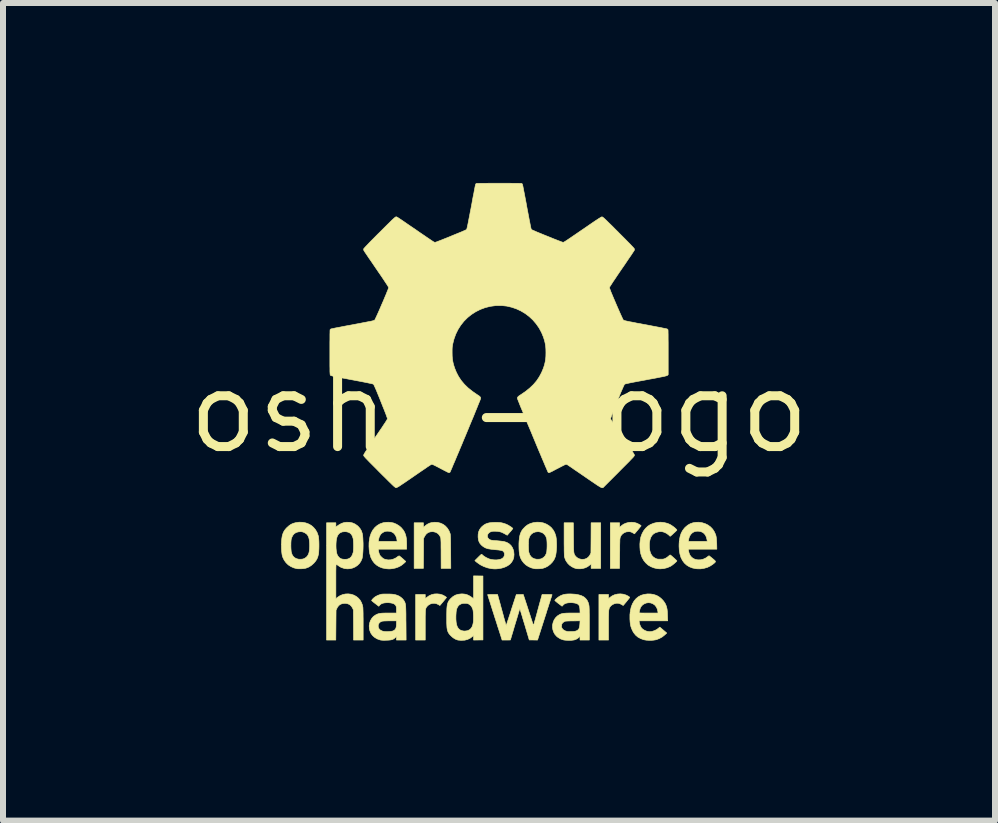
<source format=kicad_pcb>
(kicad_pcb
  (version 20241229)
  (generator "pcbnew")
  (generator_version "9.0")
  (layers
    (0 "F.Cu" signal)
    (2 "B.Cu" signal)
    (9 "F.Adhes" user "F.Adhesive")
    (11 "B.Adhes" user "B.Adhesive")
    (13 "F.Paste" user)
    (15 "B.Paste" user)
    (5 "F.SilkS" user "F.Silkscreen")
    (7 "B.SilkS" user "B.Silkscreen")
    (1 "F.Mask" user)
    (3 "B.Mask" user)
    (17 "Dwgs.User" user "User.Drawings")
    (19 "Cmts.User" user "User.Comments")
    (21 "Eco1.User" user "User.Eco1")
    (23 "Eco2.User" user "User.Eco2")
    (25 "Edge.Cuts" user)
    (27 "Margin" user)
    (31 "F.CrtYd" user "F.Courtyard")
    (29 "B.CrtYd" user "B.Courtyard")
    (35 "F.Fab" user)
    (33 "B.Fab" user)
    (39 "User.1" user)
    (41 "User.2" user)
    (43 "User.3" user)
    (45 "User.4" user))
  (footprint "oshw-logo"
    (layer "F.Cu")
    (at 5.269 3.815)
    (property "Reference" "oshw-logo" (at 0 0 0) (layer "F.SilkS") (effects (font (size 1.27 1.27) (thickness 0.15))))
    (attr through_hole)
    (fp_poly (pts (xy -0.985 3.04) (xy -0.939 3.054) (xy -0.904 3.073) (xy -0.889 3.083) (xy -0.879 3.091) (xy -0.876 3.095) (xy -0.876 3.095) (xy -0.88 3.101) (xy -0.888 3.112) (xy -0.902 3.128) (xy -0.918 3.148) (xy -0.932 3.165) (xy -0.986 3.229) (xy -1.008 3.215) (xy -1.042 3.199) (xy -1.077 3.192) (xy -1.113 3.194) (xy -1.146 3.204) (xy -1.177 3.222) (xy -1.195 3.239) (xy -1.203 3.248) (xy -1.209 3.256) (xy -1.214 3.264) (xy -1.219 3.274) (xy -1.222 3.286) (xy -1.225 3.302) (xy -1.227 3.321) (xy -1.228 3.345) (xy -1.229 3.375) (xy -1.23 3.411) (xy -1.23 3.455) (xy -1.23 3.507) (xy -1.23 3.558) (xy -1.23 3.805) (xy -1.39 3.805) (xy -1.39 3.045) (xy -1.23 3.045) (xy -1.23 3.116) (xy -1.206 3.095) (xy -1.168 3.068) (xy -1.125 3.048) (xy -1.079 3.037) (xy -1.032 3.035) (xy -0.985 3.04)) (stroke (width 0.01) (type solid)) (fill yes) (layer "F.SilkS"))
    (fp_poly (pts (xy 2.07 3.04) (xy 2.116 3.054) (xy 2.15 3.071) (xy 2.164 3.08) (xy 2.175 3.088) (xy 2.178 3.093) (xy 2.176 3.098) (xy 2.168 3.11) (xy 2.155 3.126) (xy 2.139 3.146) (xy 2.125 3.164) (xy 2.07 3.229) (xy 2.042 3.212) (xy 2.023 3.203) (xy 2.003 3.195) (xy 1.991 3.192) (xy 1.958 3.191) (xy 1.924 3.199) (xy 1.893 3.213) (xy 1.867 3.232) (xy 1.855 3.246) (xy 1.848 3.255) (xy 1.843 3.264) (xy 1.838 3.273) (xy 1.835 3.284) (xy 1.832 3.297) (xy 1.829 3.313) (xy 1.828 3.334) (xy 1.827 3.359) (xy 1.826 3.391) (xy 1.825 3.429) (xy 1.825 3.475) (xy 1.825 3.53) (xy 1.825 3.561) (xy 1.825 3.805) (xy 1.665 3.805) (xy 1.665 3.045) (xy 1.825 3.045) (xy 1.825 3.116) (xy 1.848 3.095) (xy 1.887 3.068) (xy 1.929 3.049) (xy 1.975 3.038) (xy 2.023 3.035) (xy 2.07 3.04)) (stroke (width 0.01) (type solid)) (fill yes) (layer "F.SilkS"))
    (fp_poly (pts (xy 2.256 1.845) (xy 2.301 1.858) (xy 2.343 1.88) (xy 2.344 1.881) (xy 2.358 1.89) (xy 2.366 1.897) (xy 2.369 1.901) (xy 2.365 1.906) (xy 2.356 1.917) (xy 2.343 1.933) (xy 2.327 1.953) (xy 2.313 1.97) (xy 2.259 2.034) (xy 2.226 2.016) (xy 2.207 2.006) (xy 2.192 2.001) (xy 2.176 1.998) (xy 2.157 1.998) (xy 2.12 2.002) (xy 2.086 2.016) (xy 2.057 2.037) (xy 2.034 2.064) (xy 2.022 2.089) (xy 2.02 2.095) (xy 2.018 2.103) (xy 2.017 2.113) (xy 2.015 2.125) (xy 2.014 2.142) (xy 2.014 2.164) (xy 2.013 2.191) (xy 2.012 2.225) (xy 2.012 2.267) (xy 2.012 2.317) (xy 2.011 2.361) (xy 2.009 2.61) (xy 1.855 2.61) (xy 1.855 1.85) (xy 2.01 1.85) (xy 2.01 1.926) (xy 2.036 1.903) (xy 2.073 1.875) (xy 2.116 1.856) (xy 2.162 1.844) (xy 2.209 1.841) (xy 2.256 1.845)) (stroke (width 0.01) (type solid)) (fill yes) (layer "F.SilkS"))
    (fp_poly (pts (xy -1.023 1.844) (xy -0.976 1.856) (xy -0.932 1.876) (xy -0.894 1.904) (xy -0.861 1.94) (xy -0.834 1.983) (xy -0.817 2.025) (xy -0.815 2.032) (xy -0.813 2.039) (xy -0.812 2.049) (xy -0.811 2.062) (xy -0.81 2.078) (xy -0.809 2.098) (xy -0.808 2.124) (xy -0.808 2.156) (xy -0.807 2.195) (xy -0.807 2.241) (xy -0.806 2.297) (xy -0.806 2.331) (xy -0.804 2.61) (xy -0.965 2.61) (xy -0.966 2.359) (xy -0.966 2.302) (xy -0.967 2.255) (xy -0.967 2.216) (xy -0.967 2.184) (xy -0.968 2.158) (xy -0.969 2.138) (xy -0.97 2.123) (xy -0.971 2.111) (xy -0.972 2.102) (xy -0.974 2.095) (xy -0.976 2.09) (xy -0.978 2.084) (xy -0.979 2.083) (xy -0.999 2.05) (xy -1.025 2.025) (xy -1.057 2.008) (xy -1.094 1.999) (xy -1.113 1.998) (xy -1.151 2.002) (xy -1.183 2.014) (xy -1.211 2.035) (xy -1.233 2.064) (xy -1.245 2.085) (xy -1.258 2.112) (xy -1.259 2.361) (xy -1.261 2.61) (xy -1.415 2.61) (xy -1.415 1.85) (xy -1.26 1.85) (xy -1.26 1.926) (xy -1.234 1.903) (xy -1.197 1.875) (xy -1.158 1.856) (xy -1.126 1.847) (xy -1.073 1.841) (xy -1.023 1.844)) (stroke (width 0.01) (type solid)) (fill yes) (layer "F.SilkS"))
    (fp_poly (pts (xy 1.241 2.096) (xy 1.242 2.155) (xy 1.242 2.205) (xy 1.243 2.247) (xy 1.243 2.282) (xy 1.245 2.31) (xy 1.246 2.333) (xy 1.249 2.351) (xy 1.252 2.365) (xy 1.256 2.377) (xy 1.261 2.387) (xy 1.267 2.396) (xy 1.274 2.404) (xy 1.282 2.414) (xy 1.283 2.415) (xy 1.311 2.438) (xy 1.344 2.453) (xy 1.381 2.46) (xy 1.389 2.46) (xy 1.428 2.456) (xy 1.462 2.443) (xy 1.49 2.421) (xy 1.513 2.392) (xy 1.518 2.381) (xy 1.532 2.353) (xy 1.534 2.101) (xy 1.535 1.85) (xy 1.695 1.85) (xy 1.695 2.61) (xy 1.535 2.61) (xy 1.535 2.534) (xy 1.513 2.554) (xy 1.478 2.581) (xy 1.439 2.6) (xy 1.396 2.612) (xy 1.357 2.617) (xy 1.334 2.617) (xy 1.311 2.616) (xy 1.295 2.615) (xy 1.253 2.603) (xy 1.212 2.582) (xy 1.174 2.555) (xy 1.142 2.522) (xy 1.117 2.485) (xy 1.113 2.478) (xy 1.104 2.457) (xy 1.096 2.435) (xy 1.091 2.416) (xy 1.09 2.416) (xy 1.089 2.404) (xy 1.088 2.382) (xy 1.087 2.351) (xy 1.086 2.31) (xy 1.086 2.26) (xy 1.085 2.202) (xy 1.085 2.135) (xy 1.085 2.12) (xy 1.085 1.85) (xy 1.239 1.85) (xy 1.241 2.096)) (stroke (width 0.01) (type solid)) (fill yes) (layer "F.SilkS"))
    (fp_poly (pts (xy 3.386 1.849) (xy 3.437 1.865) (xy 3.484 1.888) (xy 3.526 1.919) (xy 3.562 1.957) (xy 3.59 2.001) (xy 3.592 2.006) (xy 3.603 2.03) (xy 3.612 2.052) (xy 3.618 2.074) (xy 3.622 2.099) (xy 3.625 2.128) (xy 3.627 2.164) (xy 3.629 2.196) (xy 3.631 2.29) (xy 3.156 2.29) (xy 3.158 2.311) (xy 3.168 2.355) (xy 3.184 2.392) (xy 3.208 2.422) (xy 3.238 2.446) (xy 3.275 2.461) (xy 3.315 2.468) (xy 3.359 2.467) (xy 3.403 2.457) (xy 3.445 2.438) (xy 3.475 2.417) (xy 3.488 2.408) (xy 3.497 2.401) (xy 3.501 2.4) (xy 3.506 2.403) (xy 3.517 2.412) (xy 3.533 2.424) (xy 3.552 2.44) (xy 3.56 2.446) (xy 3.582 2.465) (xy 3.598 2.479) (xy 3.606 2.49) (xy 3.608 2.499) (xy 3.603 2.508) (xy 3.592 2.519) (xy 3.574 2.534) (xy 3.571 2.536) (xy 3.525 2.568) (xy 3.474 2.593) (xy 3.418 2.609) (xy 3.36 2.618) (xy 3.301 2.617) (xy 3.28 2.615) (xy 3.223 2.603) (xy 3.172 2.583) (xy 3.127 2.555) (xy 3.089 2.52) (xy 3.058 2.478) (xy 3.033 2.429) (xy 3.016 2.373) (xy 3.005 2.31) (xy 3.001 2.24) (xy 3.002 2.198) (xy 3.005 2.16) (xy 3.157 2.16) (xy 3.471 2.16) (xy 3.468 2.136) (xy 3.458 2.094) (xy 3.442 2.058) (xy 3.419 2.029) (xy 3.391 2.008) (xy 3.357 1.995) (xy 3.318 1.99) (xy 3.318 1.99) (xy 3.295 1.991) (xy 3.274 1.994) (xy 3.259 1.998) (xy 3.228 2.013) (xy 3.202 2.037) (xy 3.181 2.067) (xy 3.167 2.102) (xy 3.161 2.13) (xy 3.157 2.16) (xy 3.005 2.16) (xy 3.008 2.133) (xy 3.019 2.076) (xy 3.036 2.025) (xy 3.059 1.981) (xy 3.089 1.941) (xy 3.104 1.925) (xy 3.144 1.891) (xy 3.187 1.866) (xy 3.233 1.85) (xy 3.283 1.842) (xy 3.33 1.841) (xy 3.386 1.849)) (stroke (width 0.01) (type solid)) (fill yes) (layer "F.SilkS"))
    (fp_poly (pts (xy 2.527 3.037) (xy 2.573 3.044) (xy 2.617 3.058) (xy 2.641 3.069) (xy 2.677 3.091) (xy 2.711 3.12) (xy 2.742 3.154) (xy 2.766 3.189) (xy 2.772 3.2) (xy 2.783 3.224) (xy 2.791 3.246) (xy 2.797 3.269) (xy 2.802 3.294) (xy 2.805 3.323) (xy 2.807 3.359) (xy 2.808 3.391) (xy 2.812 3.485) (xy 2.335 3.485) (xy 2.338 3.509) (xy 2.343 3.534) (xy 2.352 3.56) (xy 2.364 3.585) (xy 2.375 3.604) (xy 2.375 3.604) (xy 2.399 3.626) (xy 2.43 3.645) (xy 2.464 3.658) (xy 2.5 3.664) (xy 2.513 3.665) (xy 2.55 3.661) (xy 2.59 3.648) (xy 2.628 3.63) (xy 2.656 3.609) (xy 2.68 3.589) (xy 2.796 3.688) (xy 2.76 3.721) (xy 2.72 3.753) (xy 2.673 3.779) (xy 2.624 3.798) (xy 2.607 3.802) (xy 2.573 3.807) (xy 2.534 3.81) (xy 2.494 3.809) (xy 2.455 3.807) (xy 2.421 3.801) (xy 2.415 3.8) (xy 2.362 3.781) (xy 2.316 3.756) (xy 2.277 3.723) (xy 2.245 3.683) (xy 2.226 3.65) (xy 2.21 3.614) (xy 2.198 3.58) (xy 2.19 3.544) (xy 2.185 3.504) (xy 2.182 3.457) (xy 2.182 3.453) (xy 2.182 3.379) (xy 2.186 3.351) (xy 2.335 3.351) (xy 2.34 3.352) (xy 2.353 3.353) (xy 2.375 3.354) (xy 2.402 3.354) (xy 2.435 3.355) (xy 2.472 3.355) (xy 2.493 3.355) (xy 2.651 3.355) (xy 2.648 3.33) (xy 2.638 3.287) (xy 2.621 3.252) (xy 2.598 3.223) (xy 2.567 3.201) (xy 2.532 3.187) (xy 2.495 3.182) (xy 2.459 3.186) (xy 2.425 3.199) (xy 2.394 3.218) (xy 2.37 3.245) (xy 2.359 3.262) (xy 2.354 3.275) (xy 2.348 3.294) (xy 2.342 3.315) (xy 2.338 3.335) (xy 2.335 3.349) (xy 2.335 3.351) (xy 2.186 3.351) (xy 2.19 3.312) (xy 2.204 3.252) (xy 2.225 3.199) (xy 2.252 3.153) (xy 2.285 3.114) (xy 2.323 3.083) (xy 2.368 3.059) (xy 2.419 3.044) (xy 2.475 3.036) (xy 2.475 3.036) (xy 2.527 3.037)) (stroke (width 0.01) (type solid)) (fill yes) (layer "F.SilkS"))
    (fp_poly (pts (xy 0.686 1.842) (xy 0.738 1.852) (xy 0.787 1.871) (xy 0.83 1.896) (xy 0.869 1.928) (xy 0.901 1.967) (xy 0.927 2.012) (xy 0.944 2.062) (xy 0.948 2.075) (xy 0.954 2.113) (xy 0.957 2.156) (xy 0.959 2.204) (xy 0.959 2.253) (xy 0.956 2.301) (xy 0.952 2.346) (xy 0.946 2.385) (xy 0.938 2.417) (xy 0.919 2.461) (xy 0.892 2.502) (xy 0.857 2.539) (xy 0.818 2.57) (xy 0.774 2.594) (xy 0.73 2.609) (xy 0.704 2.613) (xy 0.673 2.616) (xy 0.64 2.617) (xy 0.61 2.617) (xy 0.593 2.615) (xy 0.54 2.602) (xy 0.492 2.581) (xy 0.448 2.553) (xy 0.411 2.518) (xy 0.38 2.477) (xy 0.357 2.432) (xy 0.348 2.402) (xy 0.341 2.371) (xy 0.336 2.331) (xy 0.333 2.288) (xy 0.332 2.241) (xy 0.332 2.233) (xy 0.49 2.233) (xy 0.491 2.266) (xy 0.492 2.296) (xy 0.494 2.321) (xy 0.496 2.339) (xy 0.497 2.341) (xy 0.51 2.38) (xy 0.53 2.411) (xy 0.557 2.435) (xy 0.589 2.45) (xy 0.627 2.458) (xy 0.652 2.458) (xy 0.678 2.456) (xy 0.698 2.452) (xy 0.715 2.445) (xy 0.718 2.444) (xy 0.747 2.424) (xy 0.77 2.399) (xy 0.786 2.367) (xy 0.793 2.346) (xy 0.796 2.329) (xy 0.798 2.304) (xy 0.8 2.273) (xy 0.801 2.24) (xy 0.801 2.206) (xy 0.8 2.174) (xy 0.798 2.146) (xy 0.796 2.125) (xy 0.795 2.117) (xy 0.781 2.078) (xy 0.76 2.047) (xy 0.734 2.023) (xy 0.701 2.007) (xy 0.664 1.999) (xy 0.648 1.998) (xy 0.607 2.003) (xy 0.571 2.016) (xy 0.542 2.036) (xy 0.518 2.064) (xy 0.502 2.099) (xy 0.495 2.125) (xy 0.493 2.143) (xy 0.491 2.169) (xy 0.49 2.2) (xy 0.49 2.233) (xy 0.332 2.233) (xy 0.332 2.196) (xy 0.334 2.159) (xy 0.339 2.109) (xy 0.346 2.067) (xy 0.356 2.031) (xy 0.369 2.001) (xy 0.385 1.973) (xy 0.405 1.948) (xy 0.441 1.911) (xy 0.479 1.883) (xy 0.52 1.863) (xy 0.567 1.849) (xy 0.575 1.847) (xy 0.632 1.84) (xy 0.686 1.842)) (stroke (width 0.01) (type solid)) (fill yes) (layer "F.SilkS"))
    (fp_poly (pts (xy -0.268 2.737) (xy -0.268 3.803) (xy -0.346 3.804) (xy -0.425 3.805) (xy -0.425 3.729) (xy -0.444 3.746) (xy -0.483 3.775) (xy -0.525 3.795) (xy -0.572 3.807) (xy -0.619 3.809) (xy -0.642 3.809) (xy -0.664 3.807) (xy -0.681 3.806) (xy -0.687 3.805) (xy -0.727 3.79) (xy -0.765 3.767) (xy -0.798 3.738) (xy -0.816 3.72) (xy -0.83 3.703) (xy -0.842 3.686) (xy -0.851 3.668) (xy -0.858 3.648) (xy -0.864 3.625) (xy -0.868 3.597) (xy -0.87 3.563) (xy -0.872 3.522) (xy -0.872 3.474) (xy -0.872 3.456) (xy -0.719 3.456) (xy -0.715 3.508) (xy -0.707 3.551) (xy -0.694 3.587) (xy -0.676 3.614) (xy -0.653 3.634) (xy -0.624 3.648) (xy -0.59 3.654) (xy -0.575 3.655) (xy -0.553 3.653) (xy -0.532 3.65) (xy -0.523 3.648) (xy -0.493 3.634) (xy -0.468 3.612) (xy -0.449 3.583) (xy -0.436 3.545) (xy -0.43 3.515) (xy -0.427 3.492) (xy -0.426 3.463) (xy -0.426 3.431) (xy -0.426 3.396) (xy -0.428 3.363) (xy -0.43 3.333) (xy -0.433 3.309) (xy -0.437 3.292) (xy -0.452 3.257) (xy -0.472 3.229) (xy -0.498 3.209) (xy -0.5 3.208) (xy -0.515 3.2) (xy -0.528 3.196) (xy -0.543 3.193) (xy -0.564 3.193) (xy -0.57 3.193) (xy -0.593 3.193) (xy -0.609 3.195) (xy -0.623 3.199) (xy -0.639 3.206) (xy -0.643 3.208) (xy -0.662 3.219) (xy -0.676 3.232) (xy -0.688 3.249) (xy -0.688 3.249) (xy -0.698 3.268) (xy -0.706 3.287) (xy -0.711 3.309) (xy -0.715 3.336) (xy -0.717 3.37) (xy -0.719 3.395) (xy -0.719 3.456) (xy -0.872 3.456) (xy -0.872 3.43) (xy -0.872 3.373) (xy -0.871 3.324) (xy -0.87 3.284) (xy -0.867 3.25) (xy -0.863 3.221) (xy -0.857 3.197) (xy -0.85 3.177) (xy -0.841 3.158) (xy -0.829 3.141) (xy -0.815 3.124) (xy -0.804 3.112) (xy -0.768 3.08) (xy -0.727 3.056) (xy -0.682 3.042) (xy -0.633 3.036) (xy -0.603 3.036) (xy -0.566 3.04) (xy -0.533 3.049) (xy -0.5 3.064) (xy -0.466 3.085) (xy -0.439 3.105) (xy -0.425 3.116) (xy -0.425 2.735) (xy -0.268 2.737)) (stroke (width 0.01) (type solid)) (fill yes) (layer "F.SilkS"))
    (fp_poly (pts (xy 2.752 1.846) (xy 2.808 1.86) (xy 2.837 1.872) (xy 2.859 1.883) (xy 2.881 1.897) (xy 2.904 1.913) (xy 2.925 1.929) (xy 2.943 1.945) (xy 2.956 1.958) (xy 2.964 1.969) (xy 2.964 1.974) (xy 2.96 1.979) (xy 2.95 1.988) (xy 2.936 2.002) (xy 2.919 2.017) (xy 2.902 2.033) (xy 2.885 2.049) (xy 2.87 2.062) (xy 2.859 2.071) (xy 2.853 2.075) (xy 2.853 2.075) (xy 2.848 2.072) (xy 2.839 2.063) (xy 2.828 2.053) (xy 2.794 2.027) (xy 2.754 2.008) (xy 2.722 1.999) (xy 2.703 1.997) (xy 2.685 1.997) (xy 2.665 1.999) (xy 2.653 2.002) (xy 2.612 2.014) (xy 2.579 2.032) (xy 2.552 2.058) (xy 2.531 2.091) (xy 2.517 2.131) (xy 2.508 2.179) (xy 2.506 2.208) (xy 2.507 2.265) (xy 2.514 2.316) (xy 2.527 2.358) (xy 2.547 2.394) (xy 2.574 2.422) (xy 2.608 2.444) (xy 2.61 2.444) (xy 2.624 2.45) (xy 2.637 2.454) (xy 2.652 2.456) (xy 2.672 2.457) (xy 2.69 2.457) (xy 2.715 2.457) (xy 2.733 2.456) (xy 2.747 2.453) (xy 2.76 2.449) (xy 2.771 2.444) (xy 2.791 2.433) (xy 2.812 2.418) (xy 2.825 2.407) (xy 2.838 2.396) (xy 2.848 2.388) (xy 2.854 2.386) (xy 2.854 2.386) (xy 2.86 2.39) (xy 2.872 2.399) (xy 2.887 2.412) (xy 2.904 2.427) (xy 2.922 2.443) (xy 2.938 2.458) (xy 2.952 2.471) (xy 2.962 2.481) (xy 2.965 2.485) (xy 2.961 2.492) (xy 2.951 2.502) (xy 2.936 2.516) (xy 2.918 2.532) (xy 2.899 2.547) (xy 2.881 2.561) (xy 2.864 2.572) (xy 2.857 2.576) (xy 2.803 2.599) (xy 2.746 2.613) (xy 2.688 2.618) (xy 2.641 2.615) (xy 2.583 2.602) (xy 2.53 2.581) (xy 2.483 2.553) (xy 2.443 2.516) (xy 2.409 2.473) (xy 2.382 2.423) (xy 2.363 2.366) (xy 2.353 2.316) (xy 2.349 2.261) (xy 2.348 2.203) (xy 2.353 2.147) (xy 2.362 2.096) (xy 2.365 2.085) (xy 2.384 2.033) (xy 2.41 1.985) (xy 2.442 1.943) (xy 2.479 1.908) (xy 2.521 1.881) (xy 2.525 1.879) (xy 2.58 1.857) (xy 2.637 1.844) (xy 2.694 1.84) (xy 2.752 1.846)) (stroke (width 0.01) (type solid)) (fill yes) (layer "F.SilkS"))
    (fp_poly (pts (xy -3.275 1.842) (xy -3.222 1.852) (xy -3.173 1.87) (xy -3.129 1.895) (xy -3.091 1.928) (xy -3.058 1.968) (xy -3.032 2.014) (xy -3.014 2.065) (xy -3.011 2.075) (xy -3.008 2.098) (xy -3.005 2.129) (xy -3.003 2.165) (xy -3.002 2.205) (xy -3.002 2.246) (xy -3.003 2.286) (xy -3.005 2.323) (xy -3.007 2.354) (xy -3.011 2.379) (xy -3.012 2.382) (xy -3.023 2.424) (xy -3.038 2.458) (xy -3.058 2.489) (xy -3.084 2.52) (xy -3.093 2.529) (xy -3.132 2.563) (xy -3.172 2.588) (xy -3.215 2.605) (xy -3.23 2.609) (xy -3.256 2.613) (xy -3.287 2.616) (xy -3.32 2.617) (xy -3.35 2.617) (xy -3.367 2.615) (xy -3.42 2.602) (xy -3.469 2.58) (xy -3.513 2.552) (xy -3.55 2.516) (xy -3.581 2.474) (xy -3.604 2.427) (xy -3.613 2.4) (xy -3.618 2.374) (xy -3.622 2.341) (xy -3.625 2.303) (xy -3.627 2.262) (xy -3.627 2.241) (xy -3.47 2.241) (xy -3.469 2.274) (xy -3.467 2.303) (xy -3.465 2.327) (xy -3.463 2.338) (xy -3.451 2.377) (xy -3.432 2.409) (xy -3.406 2.433) (xy -3.374 2.449) (xy -3.337 2.458) (xy -3.308 2.458) (xy -3.282 2.456) (xy -3.263 2.452) (xy -3.245 2.445) (xy -3.242 2.444) (xy -3.211 2.422) (xy -3.188 2.395) (xy -3.172 2.36) (xy -3.17 2.355) (xy -3.163 2.322) (xy -3.159 2.282) (xy -3.157 2.237) (xy -3.158 2.191) (xy -3.16 2.166) (xy -3.165 2.123) (xy -3.174 2.089) (xy -3.188 2.061) (xy -3.206 2.039) (xy -3.23 2.022) (xy -3.243 2.014) (xy -3.265 2.005) (xy -3.284 2) (xy -3.306 1.998) (xy -3.309 1.998) (xy -3.35 2.002) (xy -3.386 2.014) (xy -3.416 2.034) (xy -3.439 2.062) (xy -3.456 2.097) (xy -3.465 2.127) (xy -3.467 2.148) (xy -3.469 2.175) (xy -3.47 2.207) (xy -3.47 2.241) (xy -3.627 2.241) (xy -3.627 2.22) (xy -3.626 2.18) (xy -3.625 2.16) (xy -3.621 2.111) (xy -3.614 2.069) (xy -3.604 2.034) (xy -3.591 2.003) (xy -3.574 1.974) (xy -3.552 1.947) (xy -3.533 1.927) (xy -3.499 1.897) (xy -3.466 1.875) (xy -3.43 1.859) (xy -3.389 1.848) (xy -3.389 1.848) (xy -3.331 1.84) (xy -3.275 1.842)) (stroke (width 0.01) (type solid)) (fill yes) (layer "F.SilkS"))
    (fp_poly (pts (xy -1.798 1.845) (xy -1.76 1.853) (xy -1.755 1.854) (xy -1.711 1.873) (xy -1.668 1.899) (xy -1.63 1.931) (xy -1.599 1.968) (xy -1.592 1.978) (xy -1.574 2.009) (xy -1.561 2.042) (xy -1.551 2.077) (xy -1.544 2.117) (xy -1.541 2.164) (xy -1.54 2.21) (xy -1.54 2.29) (xy -2.01 2.29) (xy -2.01 2.307) (xy -2.009 2.321) (xy -2.005 2.339) (xy -2 2.358) (xy -1.992 2.378) (xy -1.984 2.394) (xy -1.971 2.41) (xy -1.96 2.42) (xy -1.943 2.436) (xy -1.929 2.447) (xy -1.912 2.455) (xy -1.895 2.46) (xy -1.851 2.469) (xy -1.807 2.467) (xy -1.763 2.456) (xy -1.72 2.436) (xy -1.7 2.422) (xy -1.685 2.411) (xy -1.672 2.404) (xy -1.665 2.401) (xy -1.665 2.401) (xy -1.659 2.405) (xy -1.647 2.414) (xy -1.632 2.426) (xy -1.615 2.441) (xy -1.597 2.456) (xy -1.581 2.471) (xy -1.567 2.483) (xy -1.558 2.492) (xy -1.555 2.495) (xy -1.559 2.501) (xy -1.569 2.511) (xy -1.583 2.524) (xy -1.6 2.538) (xy -1.618 2.552) (xy -1.634 2.564) (xy -1.641 2.568) (xy -1.681 2.588) (xy -1.727 2.604) (xy -1.775 2.614) (xy -1.782 2.615) (xy -1.809 2.618) (xy -1.831 2.619) (xy -1.852 2.618) (xy -1.878 2.616) (xy -1.891 2.614) (xy -1.947 2.603) (xy -1.997 2.583) (xy -2.042 2.555) (xy -2.08 2.52) (xy -2.112 2.477) (xy -2.136 2.429) (xy -2.14 2.417) (xy -2.155 2.364) (xy -2.164 2.306) (xy -2.168 2.244) (xy -2.167 2.182) (xy -2.164 2.16) (xy -2.011 2.16) (xy -1.699 2.16) (xy -1.702 2.132) (xy -1.708 2.102) (xy -1.72 2.072) (xy -1.737 2.044) (xy -1.755 2.023) (xy -1.756 2.023) (xy -1.783 2.005) (xy -1.815 1.994) (xy -1.852 1.99) (xy -1.858 1.99) (xy -1.88 1.991) (xy -1.898 1.994) (xy -1.916 2.001) (xy -1.924 2.005) (xy -1.942 2.016) (xy -1.959 2.028) (xy -1.968 2.037) (xy -1.985 2.062) (xy -1.999 2.093) (xy -2.007 2.125) (xy -2.009 2.132) (xy -2.011 2.16) (xy -2.164 2.16) (xy -2.16 2.123) (xy -2.15 2.075) (xy -2.13 2.019) (xy -2.103 1.97) (xy -2.07 1.929) (xy -2.031 1.895) (xy -1.985 1.868) (xy -1.934 1.85) (xy -1.92 1.847) (xy -1.882 1.842) (xy -1.84 1.841) (xy -1.798 1.845)) (stroke (width 0.01) (type solid)) (fill yes) (layer "F.SilkS"))
    (fp_poly (pts (xy 1.21 3.037) (xy 1.273 3.041) (xy 1.327 3.051) (xy 1.374 3.065) (xy 1.413 3.085) (xy 1.444 3.111) (xy 1.469 3.143) (xy 1.487 3.181) (xy 1.498 3.22) (xy 1.499 3.229) (xy 1.501 3.242) (xy 1.502 3.26) (xy 1.503 3.282) (xy 1.504 3.31) (xy 1.504 3.345) (xy 1.505 3.387) (xy 1.505 3.437) (xy 1.505 3.496) (xy 1.505 3.529) (xy 1.505 3.805) (xy 1.35 3.805) (xy 1.35 3.771) (xy 1.35 3.737) (xy 1.337 3.754) (xy 1.317 3.772) (xy 1.291 3.789) (xy 1.26 3.801) (xy 1.254 3.803) (xy 1.234 3.806) (xy 1.207 3.809) (xy 1.176 3.81) (xy 1.144 3.809) (xy 1.113 3.808) (xy 1.087 3.805) (xy 1.071 3.802) (xy 1.023 3.785) (xy 0.981 3.759) (xy 0.96 3.742) (xy 0.931 3.709) (xy 0.91 3.671) (xy 0.897 3.631) (xy 0.891 3.589) (xy 0.893 3.564) (xy 1.041 3.564) (xy 1.042 3.588) (xy 1.05 3.608) (xy 1.066 3.628) (xy 1.086 3.643) (xy 1.104 3.652) (xy 1.121 3.657) (xy 1.134 3.661) (xy 1.147 3.663) (xy 1.162 3.664) (xy 1.181 3.663) (xy 1.208 3.663) (xy 1.208 3.663) (xy 1.238 3.662) (xy 1.259 3.66) (xy 1.276 3.656) (xy 1.289 3.652) (xy 1.291 3.651) (xy 1.309 3.641) (xy 1.323 3.629) (xy 1.333 3.614) (xy 1.34 3.593) (xy 1.345 3.566) (xy 1.348 3.533) (xy 1.351 3.484) (xy 1.229 3.486) (xy 1.191 3.486) (xy 1.161 3.487) (xy 1.139 3.488) (xy 1.122 3.489) (xy 1.11 3.49) (xy 1.101 3.492) (xy 1.094 3.495) (xy 1.087 3.499) (xy 1.062 3.516) (xy 1.047 3.538) (xy 1.041 3.564) (xy 0.893 3.564) (xy 0.893 3.547) (xy 0.903 3.507) (xy 0.919 3.468) (xy 0.942 3.434) (xy 0.972 3.404) (xy 1.006 3.382) (xy 1.022 3.374) (xy 1.038 3.368) (xy 1.054 3.364) (xy 1.073 3.36) (xy 1.096 3.358) (xy 1.123 3.356) (xy 1.158 3.355) (xy 1.2 3.355) (xy 1.219 3.355) (xy 1.351 3.355) (xy 1.349 3.303) (xy 1.346 3.27) (xy 1.341 3.245) (xy 1.334 3.227) (xy 1.323 3.214) (xy 1.308 3.203) (xy 1.304 3.201) (xy 1.281 3.192) (xy 1.251 3.186) (xy 1.217 3.182) (xy 1.183 3.182) (xy 1.152 3.184) (xy 1.122 3.19) (xy 1.099 3.198) (xy 1.081 3.21) (xy 1.067 3.224) (xy 1.051 3.241) (xy 0.99 3.195) (xy 0.969 3.179) (xy 0.952 3.164) (xy 0.938 3.153) (xy 0.931 3.146) (xy 0.93 3.145) (xy 0.934 3.137) (xy 0.944 3.125) (xy 0.959 3.111) (xy 0.977 3.097) (xy 0.996 3.083) (xy 1.014 3.072) (xy 1.021 3.068) (xy 1.05 3.055) (xy 1.078 3.046) (xy 1.109 3.04) (xy 1.143 3.037) (xy 1.184 3.036) (xy 1.21 3.037)) (stroke (width 0.01) (type solid)) (fill yes) (layer "F.SilkS"))
    (fp_poly (pts (xy -0.06 1.843) (xy -0.018 1.844) (xy 0.016 1.846) (xy 0.046 1.851) (xy 0.074 1.858) (xy 0.104 1.868) (xy 0.123 1.875) (xy 0.141 1.884) (xy 0.162 1.895) (xy 0.182 1.908) (xy 0.201 1.92) (xy 0.217 1.932) (xy 0.227 1.941) (xy 0.23 1.945) (xy 0.227 1.951) (xy 0.218 1.962) (xy 0.206 1.978) (xy 0.19 1.997) (xy 0.183 2.004) (xy 0.137 2.058) (xy 0.1 2.037) (xy 0.078 2.025) (xy 0.055 2.014) (xy 0.035 2.005) (xy 0.033 2.005) (xy 0.006 1.998) (xy -0.026 1.993) (xy -0.061 1.991) (xy -0.094 1.991) (xy -0.121 1.994) (xy -0.123 1.995) (xy -0.15 2.005) (xy -0.171 2.02) (xy -0.185 2.038) (xy -0.193 2.059) (xy -0.193 2.081) (xy -0.186 2.101) (xy -0.17 2.12) (xy -0.158 2.128) (xy -0.149 2.133) (xy -0.139 2.137) (xy -0.128 2.14) (xy -0.114 2.142) (xy -0.095 2.145) (xy -0.069 2.147) (xy -0.035 2.149) (xy -0.025 2.15) (xy 0.005 2.153) (xy 0.034 2.156) (xy 0.059 2.159) (xy 0.079 2.162) (xy 0.084 2.163) (xy 0.129 2.177) (xy 0.167 2.199) (xy 0.199 2.228) (xy 0.223 2.264) (xy 0.24 2.306) (xy 0.245 2.327) (xy 0.25 2.378) (xy 0.246 2.425) (xy 0.233 2.467) (xy 0.211 2.505) (xy 0.182 2.538) (xy 0.144 2.566) (xy 0.099 2.588) (xy 0.047 2.605) (xy -0.01 2.615) (xy -0.041 2.618) (xy -0.067 2.619) (xy -0.092 2.618) (xy -0.123 2.615) (xy -0.125 2.615) (xy -0.189 2.602) (xy -0.252 2.58) (xy -0.312 2.55) (xy -0.366 2.512) (xy -0.383 2.498) (xy -0.403 2.481) (xy -0.35 2.428) (xy -0.331 2.409) (xy -0.315 2.394) (xy -0.302 2.382) (xy -0.294 2.376) (xy -0.292 2.375) (xy -0.285 2.378) (xy -0.277 2.385) (xy -0.262 2.399) (xy -0.239 2.415) (xy -0.213 2.43) (xy -0.186 2.443) (xy -0.163 2.453) (xy -0.123 2.463) (xy -0.083 2.468) (xy -0.044 2.469) (xy -0.007 2.465) (xy 0.026 2.457) (xy 0.053 2.445) (xy 0.072 2.428) (xy 0.076 2.424) (xy 0.087 2.401) (xy 0.091 2.376) (xy 0.088 2.352) (xy 0.076 2.332) (xy 0.072 2.327) (xy 0.064 2.321) (xy 0.054 2.316) (xy 0.04 2.312) (xy 0.021 2.308) (xy -0.004 2.304) (xy -0.036 2.301) (xy -0.07 2.298) (xy -0.101 2.294) (xy -0.131 2.291) (xy -0.157 2.287) (xy -0.178 2.284) (xy -0.187 2.282) (xy -0.228 2.268) (xy -0.265 2.246) (xy -0.297 2.219) (xy -0.322 2.188) (xy -0.335 2.161) (xy -0.344 2.132) (xy -0.348 2.096) (xy -0.349 2.09) (xy -0.348 2.044) (xy -0.341 2.004) (xy -0.327 1.969) (xy -0.305 1.936) (xy -0.288 1.917) (xy -0.259 1.892) (xy -0.229 1.873) (xy -0.196 1.859) (xy -0.158 1.85) (xy -0.113 1.845) (xy -0.061 1.843) (xy -0.06 1.843)) (stroke (width 0.01) (type solid)) (fill yes) (layer "F.SilkS"))
    (fp_poly (pts (xy 0.463 3.224) (xy 0.484 3.289) (xy 0.502 3.345) (xy 0.518 3.393) (xy 0.531 3.434) (xy 0.542 3.467) (xy 0.551 3.494) (xy 0.558 3.516) (xy 0.564 3.532) (xy 0.568 3.544) (xy 0.571 3.552) (xy 0.573 3.557) (xy 0.574 3.559) (xy 0.575 3.56) (xy 0.577 3.555) (xy 0.581 3.542) (xy 0.587 3.521) (xy 0.595 3.492) (xy 0.605 3.458) (xy 0.616 3.418) (xy 0.628 3.374) (xy 0.641 3.327) (xy 0.647 3.303) (xy 0.718 3.045) (xy 0.802 3.045) (xy 0.834 3.045) (xy 0.857 3.046) (xy 0.872 3.047) (xy 0.881 3.048) (xy 0.884 3.05) (xy 0.884 3.051) (xy 0.882 3.057) (xy 0.877 3.071) (xy 0.87 3.094) (xy 0.86 3.124) (xy 0.849 3.16) (xy 0.835 3.202) (xy 0.82 3.25) (xy 0.803 3.301) (xy 0.786 3.357) (xy 0.767 3.415) (xy 0.762 3.431) (xy 0.642 3.805) (xy 0.504 3.803) (xy 0.426 3.541) (xy 0.411 3.493) (xy 0.397 3.447) (xy 0.385 3.405) (xy 0.373 3.367) (xy 0.364 3.336) (xy 0.356 3.311) (xy 0.35 3.293) (xy 0.347 3.283) (xy 0.346 3.282) (xy 0.345 3.287) (xy 0.341 3.3) (xy 0.334 3.321) (xy 0.326 3.348) (xy 0.316 3.381) (xy 0.305 3.418) (xy 0.293 3.458) (xy 0.28 3.5) (xy 0.267 3.543) (xy 0.254 3.586) (xy 0.242 3.628) (xy 0.23 3.668) (xy 0.219 3.705) (xy 0.209 3.737) (xy 0.201 3.765) (xy 0.195 3.785) (xy 0.191 3.799) (xy 0.19 3.803) (xy 0.185 3.804) (xy 0.172 3.804) (xy 0.153 3.805) (xy 0.129 3.805) (xy 0.12 3.805) (xy 0.051 3.805) (xy 0.046 3.789) (xy 0.043 3.781) (xy 0.038 3.765) (xy 0.031 3.741) (xy 0.021 3.71) (xy 0.009 3.673) (xy -0.005 3.629) (xy -0.021 3.581) (xy -0.037 3.529) (xy -0.055 3.473) (xy -0.074 3.415) (xy -0.075 3.412) (xy -0.093 3.354) (xy -0.111 3.299) (xy -0.127 3.247) (xy -0.142 3.2) (xy -0.155 3.158) (xy -0.167 3.122) (xy -0.176 3.092) (xy -0.184 3.069) (xy -0.188 3.054) (xy -0.19 3.048) (xy -0.19 3.048) (xy -0.185 3.047) (xy -0.172 3.046) (xy -0.152 3.045) (xy -0.128 3.045) (xy -0.108 3.045) (xy -0.025 3.045) (xy -0.016 3.076) (xy -0.013 3.087) (xy -0.008 3.107) (xy -0.000014 3.134) (xy 0.009 3.168) (xy 0.02 3.206) (xy 0.031 3.249) (xy 0.044 3.295) (xy 0.055 3.336) (xy 0.068 3.382) (xy 0.079 3.425) (xy 0.09 3.463) (xy 0.1 3.497) (xy 0.107 3.524) (xy 0.114 3.545) (xy 0.118 3.558) (xy 0.119 3.562) (xy 0.121 3.557) (xy 0.126 3.544) (xy 0.133 3.522) (xy 0.142 3.494) (xy 0.154 3.46) (xy 0.166 3.421) (xy 0.181 3.377) (xy 0.196 3.33) (xy 0.204 3.304) (xy 0.288 3.047) (xy 0.346 3.046) (xy 0.404 3.045) (xy 0.463 3.224)) (stroke (width 0.01) (type solid)) (fill yes) (layer "F.SilkS"))
    (fp_poly (pts (xy -2.491 1.842) (xy -2.443 1.852) (xy -2.4 1.871) (xy -2.36 1.899) (xy -2.348 1.91) (xy -2.316 1.947) (xy -2.293 1.987) (xy -2.279 2.031) (xy -2.278 2.037) (xy -2.273 2.067) (xy -2.27 2.104) (xy -2.268 2.146) (xy -2.266 2.191) (xy -2.266 2.238) (xy -2.267 2.285) (xy -2.269 2.33) (xy -2.272 2.371) (xy -2.276 2.407) (xy -2.281 2.436) (xy -2.284 2.449) (xy -2.303 2.492) (xy -2.328 2.529) (xy -2.361 2.561) (xy -2.398 2.586) (xy -2.439 2.604) (xy -2.483 2.615) (xy -2.529 2.618) (xy -2.575 2.613) (xy -2.62 2.598) (xy -2.627 2.596) (xy -2.648 2.585) (xy -2.671 2.57) (xy -2.698 2.551) (xy -2.714 2.539) (xy -2.715 2.539) (xy -2.716 2.544) (xy -2.717 2.554) (xy -2.718 2.569) (xy -2.719 2.59) (xy -2.719 2.618) (xy -2.72 2.654) (xy -2.72 2.697) (xy -2.72 2.749) (xy -2.72 2.81) (xy -2.72 2.824) (xy -2.72 3.115) (xy -2.693 3.093) (xy -2.652 3.066) (xy -2.607 3.047) (xy -2.561 3.037) (xy -2.513 3.035) (xy -2.466 3.041) (xy -2.42 3.056) (xy -2.378 3.079) (xy -2.343 3.108) (xy -2.316 3.14) (xy -2.294 3.179) (xy -2.278 3.22) (xy -2.27 3.257) (xy -2.269 3.27) (xy -2.268 3.292) (xy -2.267 3.323) (xy -2.266 3.36) (xy -2.266 3.403) (xy -2.265 3.452) (xy -2.265 3.504) (xy -2.265 3.55) (xy -2.265 3.805) (xy -2.425 3.805) (xy -2.426 3.554) (xy -2.428 3.303) (xy -2.44 3.275) (xy -2.46 3.242) (xy -2.485 3.218) (xy -2.516 3.202) (xy -2.551 3.194) (xy -2.57 3.193) (xy -2.609 3.197) (xy -2.642 3.208) (xy -2.67 3.228) (xy -2.693 3.257) (xy -2.703 3.277) (xy -2.717 3.308) (xy -2.719 3.556) (xy -2.721 3.805) (xy -2.875 3.805) (xy -2.875 2.233) (xy -2.718 2.233) (xy -2.717 2.275) (xy -2.713 2.316) (xy -2.707 2.351) (xy -2.7 2.377) (xy -2.685 2.405) (xy -2.665 2.429) (xy -2.642 2.446) (xy -2.629 2.451) (xy -2.604 2.457) (xy -2.574 2.459) (xy -2.543 2.458) (xy -2.517 2.453) (xy -2.488 2.439) (xy -2.464 2.417) (xy -2.446 2.387) (xy -2.433 2.349) (xy -2.43 2.337) (xy -2.428 2.316) (xy -2.426 2.288) (xy -2.425 2.255) (xy -2.425 2.22) (xy -2.426 2.185) (xy -2.428 2.153) (xy -2.43 2.127) (xy -2.432 2.113) (xy -2.444 2.074) (xy -2.461 2.044) (xy -2.484 2.022) (xy -2.513 2.007) (xy -2.548 1.999) (xy -2.575 1.998) (xy -2.613 2.002) (xy -2.644 2.014) (xy -2.67 2.033) (xy -2.69 2.061) (xy -2.7 2.085) (xy -2.708 2.113) (xy -2.714 2.149) (xy -2.717 2.19) (xy -2.718 2.233) (xy -2.875 2.233) (xy -2.875 1.85) (xy -2.72 1.85) (xy -2.72 1.921) (xy -2.706 1.91) (xy -2.664 1.881) (xy -2.625 1.86) (xy -2.585 1.847) (xy -2.543 1.841) (xy -2.542 1.841) (xy -2.491 1.842)) (stroke (width 0.01) (type solid)) (fill yes) (layer "F.SilkS"))
    (fp_poly (pts (xy -1.821 3.038) (xy -1.782 3.04) (xy -1.749 3.045) (xy -1.721 3.051) (xy -1.695 3.06) (xy -1.669 3.071) (xy -1.639 3.09) (xy -1.611 3.114) (xy -1.589 3.141) (xy -1.58 3.156) (xy -1.574 3.166) (xy -1.57 3.176) (xy -1.566 3.186) (xy -1.563 3.197) (xy -1.56 3.209) (xy -1.558 3.224) (xy -1.556 3.243) (xy -1.555 3.266) (xy -1.554 3.294) (xy -1.553 3.328) (xy -1.552 3.369) (xy -1.552 3.417) (xy -1.552 3.475) (xy -1.551 3.516) (xy -1.549 3.805) (xy -1.71 3.805) (xy -1.71 3.745) (xy -1.729 3.764) (xy -1.747 3.779) (xy -1.766 3.791) (xy -1.788 3.799) (xy -1.815 3.804) (xy -1.85 3.807) (xy -1.883 3.808) (xy -1.918 3.809) (xy -1.945 3.808) (xy -1.966 3.806) (xy -1.983 3.803) (xy -1.985 3.802) (xy -2.033 3.785) (xy -2.074 3.76) (xy -2.108 3.73) (xy -2.135 3.693) (xy -2.153 3.651) (xy -2.162 3.613) (xy -2.164 3.57) (xy -2.015 3.57) (xy -2.01 3.598) (xy -1.997 3.622) (xy -1.975 3.641) (xy -1.945 3.655) (xy -1.934 3.658) (xy -1.912 3.662) (xy -1.885 3.664) (xy -1.855 3.664) (xy -1.824 3.662) (xy -1.797 3.659) (xy -1.774 3.655) (xy -1.764 3.651) (xy -1.744 3.64) (xy -1.729 3.625) (xy -1.719 3.606) (xy -1.713 3.581) (xy -1.71 3.549) (xy -1.71 3.534) (xy -1.71 3.485) (xy -1.819 3.485) (xy -1.855 3.485) (xy -1.887 3.486) (xy -1.915 3.487) (xy -1.935 3.489) (xy -1.947 3.49) (xy -1.948 3.491) (xy -1.976 3.502) (xy -1.997 3.52) (xy -2.01 3.543) (xy -2.015 3.57) (xy -2.015 3.57) (xy -2.164 3.57) (xy -2.164 3.566) (xy -2.157 3.521) (xy -2.143 3.48) (xy -2.121 3.443) (xy -2.093 3.411) (xy -2.058 3.387) (xy -2.056 3.386) (xy -2.039 3.377) (xy -2.022 3.37) (xy -2.006 3.365) (xy -1.987 3.361) (xy -1.965 3.358) (xy -1.938 3.356) (xy -1.904 3.355) (xy -1.863 3.355) (xy -1.839 3.355) (xy -1.71 3.355) (xy -1.71 3.302) (xy -1.71 3.275) (xy -1.712 3.255) (xy -1.716 3.24) (xy -1.722 3.228) (xy -1.732 3.216) (xy -1.734 3.214) (xy -1.751 3.202) (xy -1.776 3.192) (xy -1.806 3.186) (xy -1.839 3.182) (xy -1.873 3.182) (xy -1.906 3.185) (xy -1.937 3.191) (xy -1.96 3.2) (xy -1.976 3.211) (xy -1.99 3.224) (xy -1.992 3.226) (xy -2.004 3.242) (xy -2.063 3.197) (xy -2.084 3.181) (xy -2.102 3.166) (xy -2.115 3.155) (xy -2.122 3.148) (xy -2.124 3.147) (xy -2.121 3.14) (xy -2.113 3.128) (xy -2.1 3.114) (xy -2.085 3.1) (xy -2.068 3.087) (xy -2.063 3.083) (xy -2.045 3.073) (xy -2.022 3.061) (xy -1.998 3.052) (xy -1.997 3.052) (xy -1.982 3.047) (xy -1.969 3.043) (xy -1.956 3.04) (xy -1.941 3.039) (xy -1.922 3.038) (xy -1.896 3.038) (xy -1.867 3.038) (xy -1.821 3.038)) (stroke (width 0.01) (type solid)) (fill yes) (layer "F.SilkS"))
    (fp_poly (pts (xy 0.031 -3.81) (xy 0.084 -3.81) (xy 0.136 -3.81) (xy 0.185 -3.81) (xy 0.23 -3.809) (xy 0.271 -3.809) (xy 0.307 -3.809) (xy 0.337 -3.808) (xy 0.359 -3.808) (xy 0.373 -3.807) (xy 0.377 -3.807) (xy 0.386 -3.8) (xy 0.39 -3.795) (xy 0.391 -3.789) (xy 0.395 -3.774) (xy 0.4 -3.75) (xy 0.406 -3.719) (xy 0.413 -3.682) (xy 0.422 -3.638) (xy 0.431 -3.59) (xy 0.441 -3.537) (xy 0.452 -3.48) (xy 0.462 -3.423) (xy 0.473 -3.364) (xy 0.484 -3.307) (xy 0.494 -3.254) (xy 0.503 -3.206) (xy 0.512 -3.162) (xy 0.519 -3.125) (xy 0.525 -3.094) (xy 0.53 -3.071) (xy 0.534 -3.055) (xy 0.535 -3.049) (xy 0.543 -3.039) (xy 0.551 -3.033) (xy 0.56 -3.029) (xy 0.576 -3.022) (xy 0.599 -3.012) (xy 0.628 -2.999) (xy 0.662 -2.985) (xy 0.699 -2.97) (xy 0.74 -2.953) (xy 0.782 -2.936) (xy 0.825 -2.919) (xy 0.867 -2.902) (xy 0.908 -2.885) (xy 0.947 -2.87) (xy 0.982 -2.856) (xy 1.012 -2.845) (xy 1.037 -2.835) (xy 1.055 -2.829) (xy 1.065 -2.825) (xy 1.067 -2.825) (xy 1.07 -2.825) (xy 1.073 -2.826) (xy 1.078 -2.828) (xy 1.084 -2.831) (xy 1.093 -2.836) (xy 1.104 -2.843) (xy 1.119 -2.852) (xy 1.137 -2.864) (xy 1.159 -2.879) (xy 1.186 -2.897) (xy 1.218 -2.919) (xy 1.256 -2.945) (xy 1.3 -2.975) (xy 1.351 -3.01) (xy 1.41 -3.05) (xy 1.474 -3.094) (xy 1.526 -3.13) (xy 1.57 -3.16) (xy 1.607 -3.185) (xy 1.638 -3.205) (xy 1.662 -3.221) (xy 1.682 -3.233) (xy 1.696 -3.242) (xy 1.707 -3.247) (xy 1.714 -3.25) (xy 1.717 -3.25) (xy 1.72 -3.249) (xy 1.725 -3.247) (xy 1.731 -3.243) (xy 1.739 -3.237) (xy 1.75 -3.228) (xy 1.764 -3.215) (xy 1.781 -3.199) (xy 1.802 -3.179) (xy 1.828 -3.153) (xy 1.859 -3.123) (xy 1.896 -3.087) (xy 1.938 -3.044) (xy 1.987 -2.996) (xy 1.993 -2.989) (xy 2.051 -2.931) (xy 2.102 -2.88) (xy 2.145 -2.836) (xy 2.182 -2.799) (xy 2.211 -2.768) (xy 2.233 -2.745) (xy 2.248 -2.728) (xy 2.255 -2.718) (xy 2.257 -2.716) (xy 2.257 -2.701) (xy 2.255 -2.692) (xy 2.251 -2.686) (xy 2.243 -2.673) (xy 2.229 -2.653) (xy 2.212 -2.626) (xy 2.19 -2.594) (xy 2.165 -2.558) (xy 2.137 -2.517) (xy 2.107 -2.472) (xy 2.075 -2.425) (xy 2.047 -2.385) (xy 2.004 -2.322) (xy 1.966 -2.266) (xy 1.933 -2.216) (xy 1.904 -2.174) (xy 1.881 -2.138) (xy 1.863 -2.11) (xy 1.85 -2.09) (xy 1.843 -2.077) (xy 1.842 -2.073) (xy 1.842 -2.068) (xy 1.844 -2.059) (xy 1.848 -2.046) (xy 1.855 -2.029) (xy 1.863 -2.006) (xy 1.875 -1.977) (xy 1.89 -1.941) (xy 1.908 -1.898) (xy 1.93 -1.847) (xy 1.95 -1.8) (xy 1.972 -1.749) (xy 1.993 -1.701) (xy 2.012 -1.658) (xy 2.029 -1.62) (xy 2.044 -1.587) (xy 2.056 -1.561) (xy 2.065 -1.543) (xy 2.071 -1.532) (xy 2.072 -1.531) (xy 2.075 -1.528) (xy 2.08 -1.526) (xy 2.086 -1.523) (xy 2.096 -1.52) (xy 2.109 -1.517) (xy 2.126 -1.513) (xy 2.149 -1.508) (xy 2.176 -1.502) (xy 2.211 -1.496) (xy 2.252 -1.488) (xy 2.3 -1.478) (xy 2.358 -1.468) (xy 2.424 -1.455) (xy 2.438 -1.453) (xy 2.497 -1.442) (xy 2.552 -1.431) (xy 2.605 -1.421) (xy 2.652 -1.412) (xy 2.695 -1.404) (xy 2.732 -1.396) (xy 2.762 -1.39) (xy 2.784 -1.386) (xy 2.798 -1.382) (xy 2.803 -1.381) (xy 2.813 -1.373) (xy 2.817 -1.367) (xy 2.817 -1.361) (xy 2.818 -1.346) (xy 2.818 -1.322) (xy 2.819 -1.29) (xy 2.819 -1.252) (xy 2.819 -1.208) (xy 2.82 -1.159) (xy 2.82 -1.105) (xy 2.82 -1.048) (xy 2.82 -0.989) (xy 2.82 -0.62) (xy 2.809 -0.608) (xy 2.806 -0.606) (xy 2.8 -0.604) (xy 2.792 -0.601) (xy 2.781 -0.598) (xy 2.766 -0.594) (xy 2.745 -0.589) (xy 2.72 -0.584) (xy 2.688 -0.578) (xy 2.649 -0.57) (xy 2.603 -0.561) (xy 2.549 -0.551) (xy 2.486 -0.54) (xy 2.453 -0.533) (xy 2.377 -0.519) (xy 2.311 -0.507) (xy 2.254 -0.496) (xy 2.206 -0.487) (xy 2.168 -0.479) (xy 2.137 -0.472) (xy 2.115 -0.467) (xy 2.101 -0.463) (xy 2.095 -0.461) (xy 2.091 -0.457) (xy 2.087 -0.449) (xy 2.08 -0.436) (xy 2.072 -0.419) (xy 2.062 -0.395) (xy 2.049 -0.366) (xy 2.033 -0.329) (xy 2.015 -0.285) (xy 1.994 -0.232) (xy 1.972 -0.177) (xy 1.952 -0.127) (xy 1.933 -0.079) (xy 1.915 -0.035) (xy 1.9 0.005) (xy 1.886 0.04) (xy 1.875 0.069) (xy 1.867 0.092) (xy 1.862 0.107) (xy 1.86 0.113) (xy 1.861 0.118) (xy 1.864 0.125) (xy 1.869 0.135) (xy 1.877 0.148) (xy 1.889 0.166) (xy 1.903 0.189) (xy 1.922 0.217) (xy 1.944 0.251) (xy 1.972 0.291) (xy 2.004 0.338) (xy 2.041 0.392) (xy 2.058 0.418) (xy 2.098 0.475) (xy 2.132 0.525) (xy 2.161 0.568) (xy 2.185 0.604) (xy 2.206 0.635) (xy 2.222 0.659) (xy 2.234 0.679) (xy 2.244 0.695) (xy 2.251 0.707) (xy 2.255 0.715) (xy 2.257 0.721) (xy 2.257 0.724) (xy 2.257 0.727) (xy 2.255 0.732) (xy 2.252 0.737) (xy 2.247 0.744) (xy 2.239 0.754) (xy 2.228 0.766) (xy 2.214 0.781) (xy 2.195 0.8) (xy 2.173 0.824) (xy 2.145 0.852) (xy 2.112 0.885) (xy 2.073 0.924) (xy 2.028 0.969) (xy 1.995 1.003) (xy 1.732 1.266) (xy 1.712 1.264) (xy 1.707 1.263) (xy 1.7 1.26) (xy 1.691 1.255) (xy 1.678 1.248) (xy 1.662 1.238) (xy 1.641 1.225) (xy 1.616 1.208) (xy 1.585 1.187) (xy 1.548 1.162) (xy 1.504 1.132) (xy 1.453 1.097) (xy 1.42 1.074) (xy 1.373 1.042) (xy 1.328 1.011) (xy 1.287 0.983) (xy 1.248 0.957) (xy 1.215 0.933) (xy 1.186 0.914) (xy 1.163 0.898) (xy 1.146 0.887) (xy 1.137 0.881) (xy 1.136 0.88) (xy 1.121 0.876) (xy 1.111 0.877) (xy 1.103 0.88) (xy 1.088 0.887) (xy 1.066 0.898) (xy 1.04 0.911) (xy 1.01 0.927) (xy 0.977 0.944) (xy 0.975 0.945) (xy 0.942 0.962) (xy 0.912 0.978) (xy 0.886 0.992) (xy 0.864 1.002) (xy 0.848 1.01) (xy 0.84 1.013) (xy 0.84 1.013) (xy 0.827 1.013) (xy 0.819 1.009) (xy 0.816 1.004) (xy 0.81 0.99) (xy 0.8 0.968) (xy 0.788 0.939) (xy 0.772 0.904) (xy 0.755 0.862) (xy 0.735 0.815) (xy 0.713 0.764) (xy 0.69 0.708) (xy 0.665 0.65) (xy 0.639 0.588) (xy 0.613 0.525) (xy 0.586 0.46) (xy 0.559 0.395) (xy 0.532 0.329) (xy 0.505 0.265) (xy 0.478 0.201) (xy 0.453 0.14) (xy 0.429 0.081) (xy 0.406 0.025) (xy 0.385 -0.026) (xy 0.365 -0.073) (xy 0.348 -0.115) (xy 0.334 -0.151) (xy 0.322 -0.18) (xy 0.314 -0.202) (xy 0.308 -0.216) (xy 0.307 -0.221) (xy 0.306 -0.233) (xy 0.311 -0.244) (xy 0.321 -0.256) (xy 0.339 -0.27) (xy 0.361 -0.284) (xy 0.44 -0.338) (xy 0.511 -0.395) (xy 0.573 -0.454) (xy 0.626 -0.516) (xy 0.671 -0.583) (xy 0.709 -0.654) (xy 0.741 -0.73) (xy 0.742 -0.734) (xy 0.758 -0.784) (xy 0.769 -0.831) (xy 0.777 -0.878) (xy 0.781 -0.929) (xy 0.782 -0.986) (xy 0.782 -0.988) (xy 0.781 -1.045) (xy 0.777 -1.096) (xy 0.769 -1.143) (xy 0.758 -1.19) (xy 0.742 -1.239) (xy 0.742 -1.241) (xy 0.709 -1.321) (xy 0.668 -1.397) (xy 0.619 -1.467) (xy 0.564 -1.531) (xy 0.503 -1.588) (xy 0.437 -1.638) (xy 0.365 -1.681) (xy 0.29 -1.716) (xy 0.211 -1.743) (xy 0.13 -1.762) (xy 0.046 -1.771) (xy -0.04 -1.771) (xy -0.057 -1.77) (xy -0.146 -1.758) (xy -0.23 -1.737) (xy -0.311 -1.707) (xy -0.387 -1.669) (xy -0.459 -1.623) (xy -0.524 -1.571) (xy -0.584 -1.511) (xy -0.637 -1.445) (xy -0.683 -1.373) (xy -0.721 -1.296) (xy -0.751 -1.213) (xy -0.771 -1.134) (xy -0.775 -1.109) (xy -0.779 -1.086) (xy -0.781 -1.062) (xy -0.782 -1.034) (xy -0.782 -0.999) (xy -0.782 -0.988) (xy -0.781 -0.93) (xy -0.777 -0.879) (xy -0.769 -0.832) (xy -0.758 -0.785) (xy -0.742 -0.736) (xy -0.742 -0.734) (xy -0.711 -0.658) (xy -0.674 -0.587) (xy -0.629 -0.52) (xy -0.576 -0.457) (xy -0.515 -0.398) (xy -0.445 -0.342) (xy -0.366 -0.287) (xy -0.361 -0.284) (xy -0.336 -0.268) (xy -0.319 -0.254) (xy -0.31 -0.243) (xy -0.306 -0.231) (xy -0.307 -0.221) (xy -0.309 -0.214) (xy -0.315 -0.198) (xy -0.324 -0.175) (xy -0.337 -0.144) (xy -0.352 -0.107) (xy -0.369 -0.064) (xy -0.389 -0.016) (xy -0.41 0.037) (xy -0.433 0.093) (xy -0.458 0.152) (xy -0.484 0.214) (xy -0.51 0.278) (xy -0.537 0.343) (xy -0.564 0.408) (xy -0.592 0.474) (xy -0.618 0.538) (xy -0.645 0.601) (xy -0.67 0.662) (xy -0.695 0.72) (xy -0.718 0.775) (xy -0.739 0.826) (xy -0.759 0.871) (xy -0.776 0.912) (xy -0.79 0.946) (xy -0.802 0.973) (xy -0.811 0.994) (xy -0.817 1.006) (xy -0.819 1.009) (xy -0.83 1.013) (xy -0.84 1.013) (xy -0.848 1.01) (xy -0.863 1.003) (xy -0.884 0.992) (xy -0.91 0.979) (xy -0.94 0.963) (xy -0.973 0.946) (xy -0.975 0.945) (xy -1.008 0.927) (xy -1.038 0.912) (xy -1.065 0.898) (xy -1.088 0.887) (xy -1.104 0.88) (xy -1.112 0.877) (xy -1.113 0.877) (xy -1.115 0.876) (xy -1.118 0.876) (xy -1.121 0.876) (xy -1.124 0.876) (xy -1.129 0.878) (xy -1.136 0.882) (xy -1.145 0.887) (xy -1.157 0.895) (xy -1.173 0.905) (xy -1.193 0.918) (xy -1.217 0.935) (xy -1.246 0.955) (xy -1.282 0.979) (xy -1.323 1.007) (xy -1.371 1.04) (xy -1.426 1.078) (xy -1.475 1.112) (xy -1.525 1.146) (xy -1.567 1.175) (xy -1.603 1.199) (xy -1.632 1.218) (xy -1.655 1.234) (xy -1.674 1.246) (xy -1.689 1.254) (xy -1.7 1.26) (xy -1.708 1.263) (xy -1.713 1.265) (xy -1.715 1.265) (xy -1.719 1.265) (xy -1.723 1.263) (xy -1.728 1.261) (xy -1.734 1.256) (xy -1.743 1.249) (xy -1.754 1.24) (xy -1.768 1.227) (xy -1.786 1.21) (xy -1.807 1.189) (xy -1.833 1.164) (xy -1.864 1.133) (xy -1.901 1.096) (xy -1.944 1.054) (xy -1.993 1.005) (xy -1.995 1.003) (xy -2.044 0.953) (xy -2.087 0.91) (xy -2.124 0.873) (xy -2.155 0.842) (xy -2.181 0.815) (xy -2.202 0.793) (xy -2.219 0.776) (xy -2.232 0.761) (xy -2.242 0.75) (xy -2.249 0.742) (xy -2.253 0.735) (xy -2.256 0.73) (xy -2.257 0.726) (xy -2.257 0.724) (xy -2.256 0.719) (xy -2.253 0.712) (xy -2.248 0.703) (xy -2.241 0.69) (xy -2.23 0.672) (xy -2.216 0.651) (xy -2.198 0.624) (xy -2.177 0.591) (xy -2.151 0.553) (xy -2.12 0.507) (xy -2.084 0.454) (xy -2.059 0.418) (xy -2.019 0.36) (xy -1.985 0.31) (xy -1.955 0.267) (xy -1.931 0.23) (xy -1.911 0.2) (xy -1.894 0.175) (xy -1.882 0.155) (xy -1.872 0.14) (xy -1.866 0.128) (xy -1.862 0.12) (xy -1.861 0.114) (xy -1.86 0.113) (xy -1.862 0.106) (xy -1.868 0.09) (xy -1.876 0.067) (xy -1.887 0.037) (xy -1.901 0.001) (xy -1.917 -0.04) (xy -1.935 -0.084) (xy -1.954 -0.132) (xy -1.972 -0.177) (xy -1.996 -0.238) (xy -2.017 -0.289) (xy -2.035 -0.333) (xy -2.05 -0.369) (xy -2.063 -0.398) (xy -2.073 -0.421) (xy -2.081 -0.438) (xy -2.087 -0.45) (xy -2.092 -0.458) (xy -2.095 -0.461) (xy -2.101 -0.463) (xy -2.115 -0.467) (xy -2.137 -0.472) (xy -2.166 -0.478) (xy -2.203 -0.486) (xy -2.249 -0.495) (xy -2.304 -0.506) (xy -2.369 -0.518) (xy -2.442 -0.532) (xy -2.455 -0.534) (xy -2.522 -0.547) (xy -2.58 -0.558) (xy -2.63 -0.567) (xy -2.672 -0.575) (xy -2.707 -0.582) (xy -2.735 -0.588) (xy -2.758 -0.592) (xy -2.775 -0.596) (xy -2.788 -0.6) (xy -2.798 -0.603) (xy -2.804 -0.605) (xy -2.809 -0.608) (xy -2.811 -0.61) (xy -2.813 -0.612) (xy -2.814 -0.616) (xy -2.815 -0.621) (xy -2.816 -0.629) (xy -2.817 -0.639) (xy -2.818 -0.654) (xy -2.819 -0.673) (xy -2.819 -0.697) (xy -2.819 -0.726) (xy -2.82 -0.763) (xy -2.82 -0.806) (xy -2.82 -0.858) (xy -2.82 -0.918) (xy -2.82 -0.987) (xy -2.82 -0.99) (xy -2.82 -1.05) (xy -2.82 -1.107) (xy -2.82 -1.161) (xy -2.819 -1.21) (xy -2.819 -1.254) (xy -2.819 -1.292) (xy -2.818 -1.323) (xy -2.818 -1.346) (xy -2.817 -1.361) (xy -2.817 -1.367) (xy -2.81 -1.376) (xy -2.803 -1.381) (xy -2.797 -1.383) (xy -2.781 -1.386) (xy -2.757 -1.391) (xy -2.726 -1.398) (xy -2.688 -1.405) (xy -2.645 -1.413) (xy -2.596 -1.423) (xy -2.543 -1.433) (xy -2.487 -1.443) (xy -2.439 -1.452) (xy -2.371 -1.465) (xy -2.312 -1.476) (xy -2.262 -1.486) (xy -2.219 -1.494) (xy -2.184 -1.501) (xy -2.154 -1.506) (xy -2.131 -1.511) (xy -2.113 -1.515) (xy -2.099 -1.519) (xy -2.089 -1.522) (xy -2.082 -1.525) (xy -2.077 -1.527) (xy -2.073 -1.53) (xy -2.073 -1.53) (xy -2.068 -1.537) (xy -2.061 -1.552) (xy -2.05 -1.575) (xy -2.037 -1.603) (xy -2.022 -1.636) (xy -2.005 -1.674) (xy -1.987 -1.715) (xy -1.969 -1.757) (xy -1.95 -1.801) (xy -1.931 -1.844) (xy -1.913 -1.887) (xy -1.896 -1.928) (xy -1.88 -1.965) (xy -1.867 -1.999) (xy -1.855 -2.027) (xy -1.847 -2.049) (xy -1.842 -2.064) (xy -1.84 -2.07) (xy -1.843 -2.077) (xy -1.85 -2.091) (xy -1.863 -2.112) (xy -1.882 -2.141) (xy -1.906 -2.177) (xy -1.935 -2.221) (xy -1.97 -2.273) (xy -2.011 -2.332) (xy -2.045 -2.382) (xy -2.079 -2.432) (xy -2.111 -2.479) (xy -2.141 -2.523) (xy -2.169 -2.563) (xy -2.193 -2.599) (xy -2.214 -2.63) (xy -2.232 -2.656) (xy -2.244 -2.675) (xy -2.252 -2.688) (xy -2.255 -2.692) (xy -2.257 -2.706) (xy -2.257 -2.716) (xy -2.252 -2.722) (xy -2.241 -2.735) (xy -2.223 -2.755) (xy -2.197 -2.782) (xy -2.165 -2.816) (xy -2.125 -2.857) (xy -2.078 -2.904) (xy -2.024 -2.959) (xy -1.993 -2.989) (xy -1.943 -3.039) (xy -1.9 -3.082) (xy -1.863 -3.119) (xy -1.831 -3.15) (xy -1.805 -3.176) (xy -1.783 -3.198) (xy -1.765 -3.214) (xy -1.751 -3.227) (xy -1.739 -3.237) (xy -1.731 -3.243) (xy -1.725 -3.247) (xy -1.72 -3.25) (xy -1.717 -3.25) (xy -1.714 -3.25) (xy -1.712 -3.25) (xy -1.709 -3.25) (xy -1.706 -3.249) (xy -1.701 -3.246) (xy -1.694 -3.243) (xy -1.685 -3.237) (xy -1.672 -3.229) (xy -1.656 -3.218) (xy -1.636 -3.205) (xy -1.611 -3.188) (xy -1.58 -3.167) (xy -1.544 -3.142) (xy -1.502 -3.113) (xy -1.452 -3.079) (xy -1.394 -3.04) (xy -1.387 -3.035) (xy -1.33 -2.995) (xy -1.28 -2.961) (xy -1.237 -2.932) (xy -1.201 -2.907) (xy -1.171 -2.887) (xy -1.146 -2.87) (xy -1.126 -2.856) (xy -1.11 -2.846) (xy -1.097 -2.838) (xy -1.088 -2.832) (xy -1.081 -2.829) (xy -1.076 -2.827) (xy -1.072 -2.825) (xy -1.068 -2.825) (xy -1.065 -2.825) (xy -1.058 -2.827) (xy -1.043 -2.832) (xy -1.02 -2.841) (xy -0.991 -2.852) (xy -0.957 -2.865) (xy -0.918 -2.881) (xy -0.875 -2.898) (xy -0.83 -2.916) (xy -0.825 -2.918) (xy -0.768 -2.942) (xy -0.719 -2.962) (xy -0.677 -2.979) (xy -0.643 -2.993) (xy -0.616 -3.004) (xy -0.594 -3.014) (xy -0.577 -3.021) (xy -0.564 -3.027) (xy -0.555 -3.032) (xy -0.548 -3.035) (xy -0.544 -3.038) (xy -0.541 -3.041) (xy -0.539 -3.044) (xy -0.538 -3.046) (xy -0.536 -3.053) (xy -0.532 -3.069) (xy -0.526 -3.095) (xy -0.519 -3.128) (xy -0.511 -3.168) (xy -0.502 -3.216) (xy -0.491 -3.27) (xy -0.48 -3.33) (xy -0.467 -3.395) (xy -0.462 -3.422) (xy -0.451 -3.481) (xy -0.441 -3.538) (xy -0.431 -3.591) (xy -0.421 -3.639) (xy -0.413 -3.683) (xy -0.406 -3.72) (xy -0.4 -3.751) (xy -0.395 -3.774) (xy -0.391 -3.789) (xy -0.39 -3.795) (xy -0.382 -3.804) (xy -0.377 -3.807) (xy -0.371 -3.807) (xy -0.355 -3.808) (xy -0.332 -3.808) (xy -0.301 -3.809) (xy -0.265 -3.809) (xy -0.223 -3.809) (xy -0.177 -3.81) (xy -0.127 -3.81) (xy -0.075 -3.81) (xy -0.022 -3.81) (xy 0.031 -3.81)) (stroke (width 0.01) (type solid)) (fill yes) (layer "F.SilkS")))
  (gr_rect
    (start -3 -3)
    (end 13.537 10.63)
    (stroke (width 0.1) (type default))
    (fill no)
    (layer "Edge.Cuts")))
</source>
